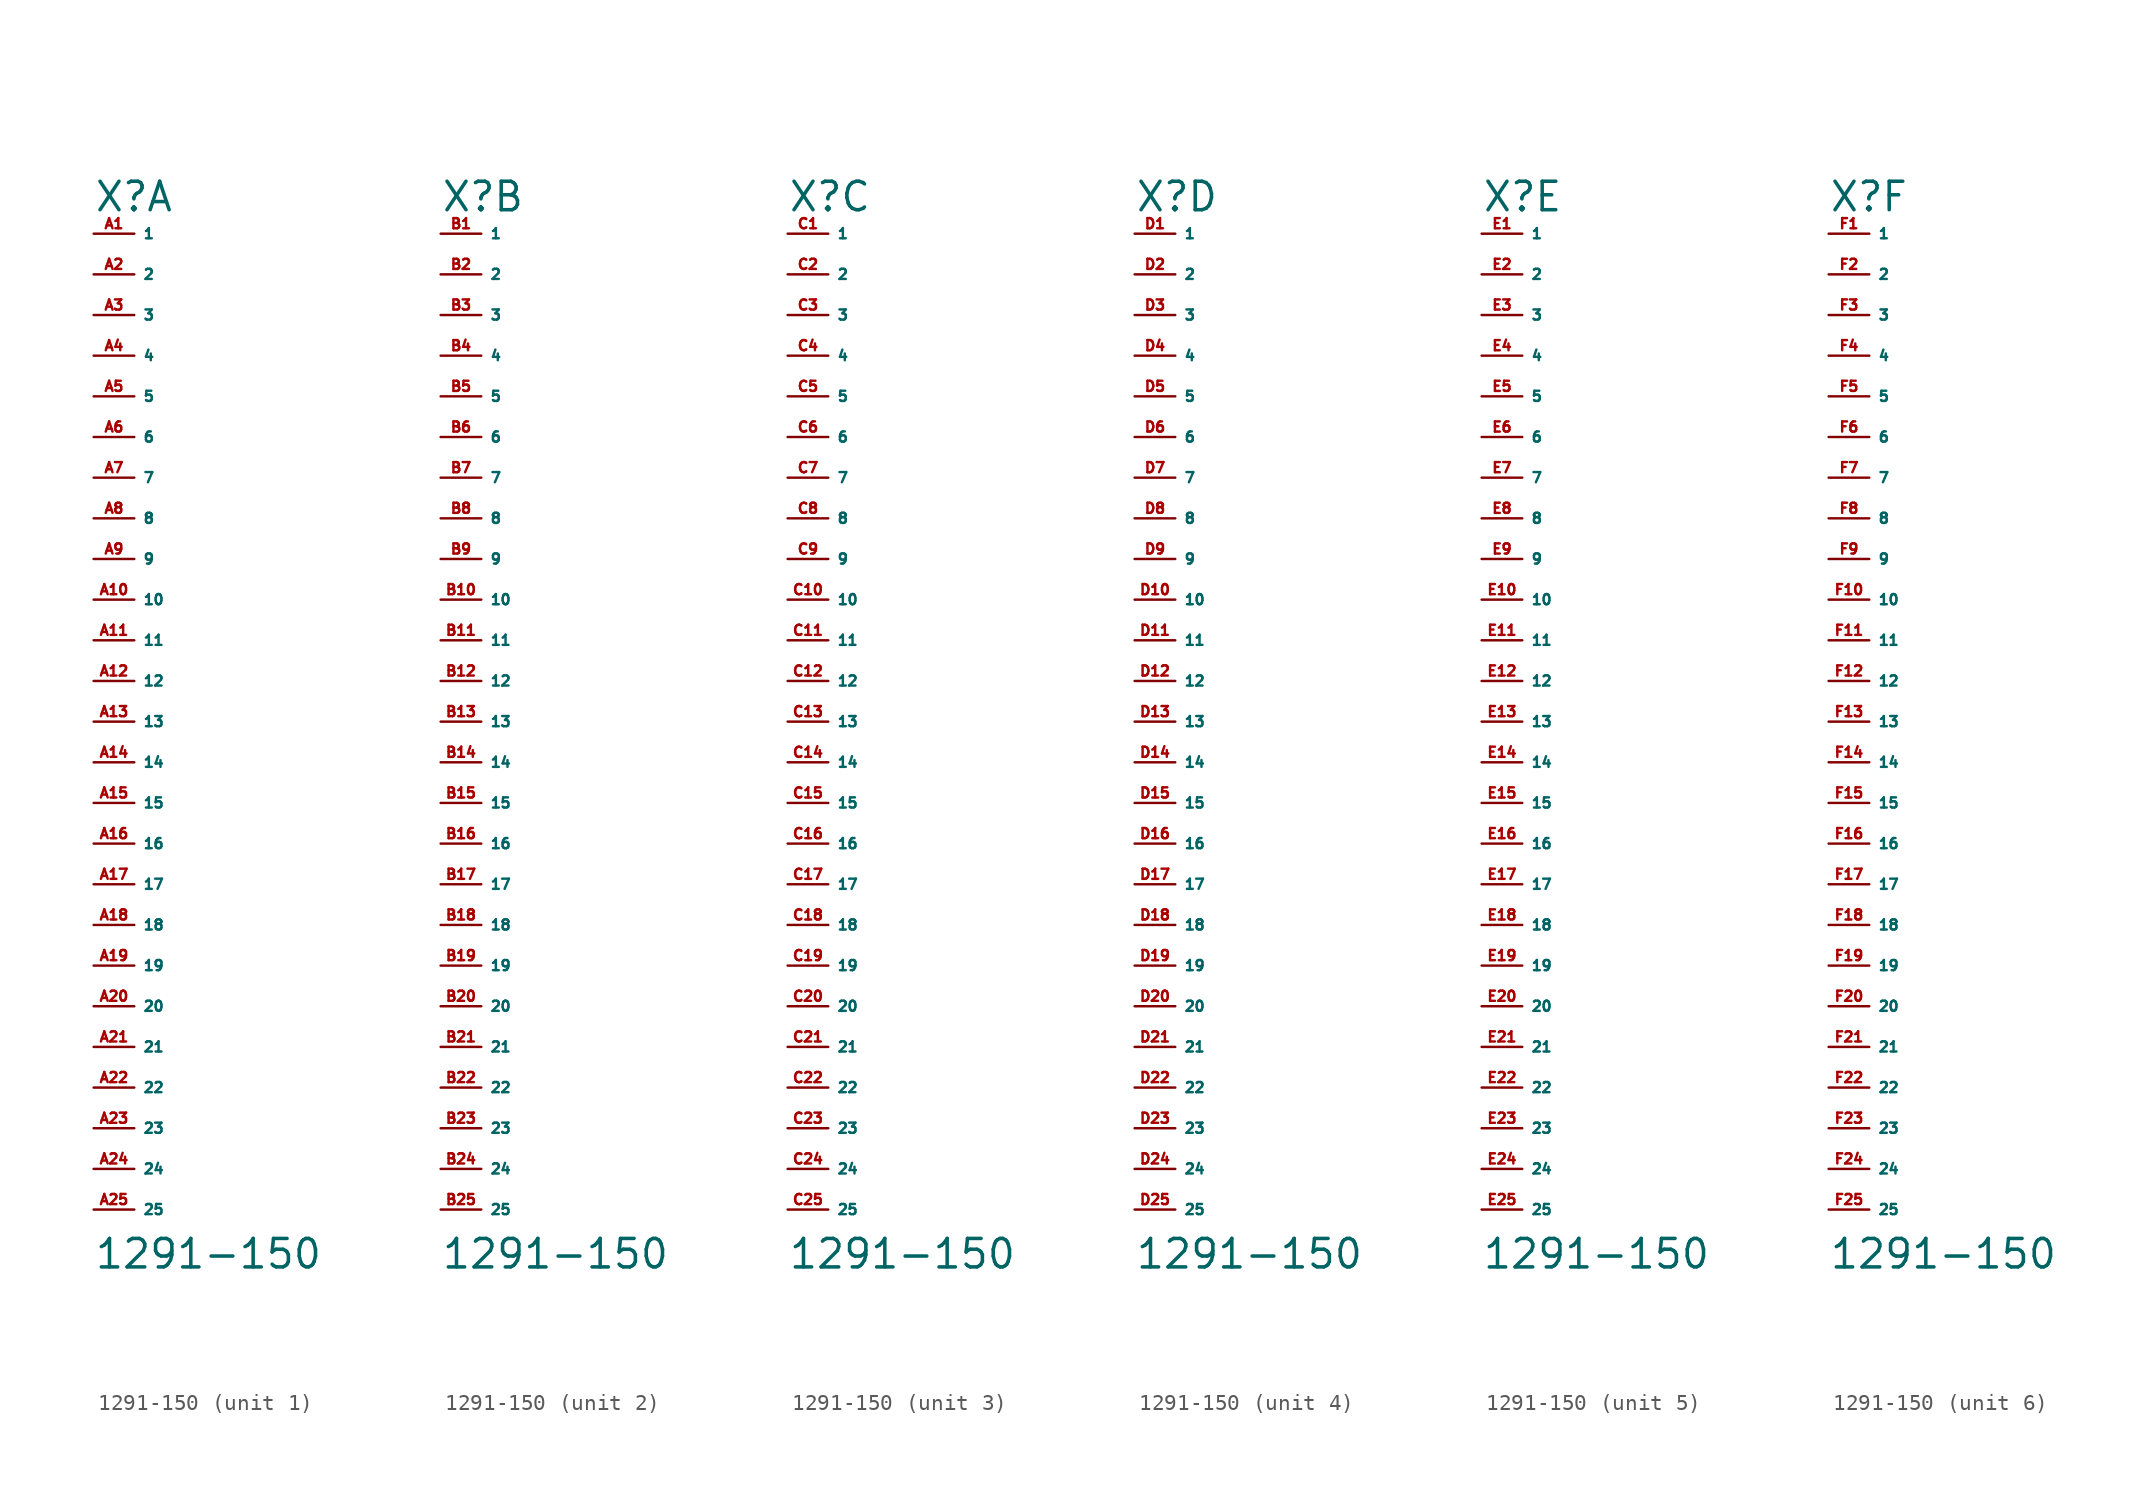
<source format=kicad_sym>
(kicad_symbol_lib
  (version 20220914)
  (generator Eagle2Kicad)
  (symbol "1291-150"
    (property "Reference" "X"
      (at -2.54 29.21 0)
      (effects (font (size 1.778 1.778) (thickness 0.22)) (justify left bottom)))
    (property "Value" "1291-150"
      (at -2.54 -36.83 0)
      (effects (font (size 1.778 1.778) (thickness 0.22)) (justify left bottom)))
    (symbol "1291-150_1_0"
      (pin passive line (at -2.54 27.94 0) (length 2.54) (name "1" (effects (font (size 0.635 0.635) (thickness 0.08)) (justify left bottom))) (number "A1" (effects (font (size 0.635 0.635) (thickness 0.08)) (justify left bottom))))
      (pin passive line (at -2.54 25.4 0) (length 2.54) (name "2" (effects (font (size 0.635 0.635) (thickness 0.08)) (justify left bottom))) (number "A2" (effects (font (size 0.635 0.635) (thickness 0.08)) (justify left bottom))))
      (pin passive line (at -2.54 22.86 0) (length 2.54) (name "3" (effects (font (size 0.635 0.635) (thickness 0.08)) (justify left bottom))) (number "A3" (effects (font (size 0.635 0.635) (thickness 0.08)) (justify left bottom))))
      (pin passive line (at -2.54 20.32 0) (length 2.54) (name "4" (effects (font (size 0.635 0.635) (thickness 0.08)) (justify left bottom))) (number "A4" (effects (font (size 0.635 0.635) (thickness 0.08)) (justify left bottom))))
      (pin passive line (at -2.54 17.78 0) (length 2.54) (name "5" (effects (font (size 0.635 0.635) (thickness 0.08)) (justify left bottom))) (number "A5" (effects (font (size 0.635 0.635) (thickness 0.08)) (justify left bottom))))
      (pin passive line (at -2.54 15.24 0) (length 2.54) (name "6" (effects (font (size 0.635 0.635) (thickness 0.08)) (justify left bottom))) (number "A6" (effects (font (size 0.635 0.635) (thickness 0.08)) (justify left bottom))))
      (pin passive line (at -2.54 12.7 0) (length 2.54) (name "7" (effects (font (size 0.635 0.635) (thickness 0.08)) (justify left bottom))) (number "A7" (effects (font (size 0.635 0.635) (thickness 0.08)) (justify left bottom))))
      (pin passive line (at -2.54 10.16 0) (length 2.54) (name "8" (effects (font (size 0.635 0.635) (thickness 0.08)) (justify left bottom))) (number "A8" (effects (font (size 0.635 0.635) (thickness 0.08)) (justify left bottom))))
      (pin passive line (at -2.54 7.62 0) (length 2.54) (name "9" (effects (font (size 0.635 0.635) (thickness 0.08)) (justify left bottom))) (number "A9" (effects (font (size 0.635 0.635) (thickness 0.08)) (justify left bottom))))
      (pin passive line (at -2.54 5.08 0) (length 2.54) (name "10" (effects (font (size 0.635 0.635) (thickness 0.08)) (justify left bottom))) (number "A10" (effects (font (size 0.635 0.635) (thickness 0.08)) (justify left bottom))))
      (pin passive line (at -2.54 2.54 0) (length 2.54) (name "11" (effects (font (size 0.635 0.635) (thickness 0.08)) (justify left bottom))) (number "A11" (effects (font (size 0.635 0.635) (thickness 0.08)) (justify left bottom))))
      (pin passive line (at -2.54 0 0) (length 2.54) (name "12" (effects (font (size 0.635 0.635) (thickness 0.08)) (justify left bottom))) (number "A12" (effects (font (size 0.635 0.635) (thickness 0.08)) (justify left bottom))))
      (pin passive line (at -2.54 -2.54 0) (length 2.54) (name "13" (effects (font (size 0.635 0.635) (thickness 0.08)) (justify left bottom))) (number "A13" (effects (font (size 0.635 0.635) (thickness 0.08)) (justify left bottom))))
      (pin passive line (at -2.54 -5.08 0) (length 2.54) (name "14" (effects (font (size 0.635 0.635) (thickness 0.08)) (justify left bottom))) (number "A14" (effects (font (size 0.635 0.635) (thickness 0.08)) (justify left bottom))))
      (pin passive line (at -2.54 -7.62 0) (length 2.54) (name "15" (effects (font (size 0.635 0.635) (thickness 0.08)) (justify left bottom))) (number "A15" (effects (font (size 0.635 0.635) (thickness 0.08)) (justify left bottom))))
      (pin passive line (at -2.54 -10.16 0) (length 2.54) (name "16" (effects (font (size 0.635 0.635) (thickness 0.08)) (justify left bottom))) (number "A16" (effects (font (size 0.635 0.635) (thickness 0.08)) (justify left bottom))))
      (pin passive line (at -2.54 -12.7 0) (length 2.54) (name "17" (effects (font (size 0.635 0.635) (thickness 0.08)) (justify left bottom))) (number "A17" (effects (font (size 0.635 0.635) (thickness 0.08)) (justify left bottom))))
      (pin passive line (at -2.54 -15.24 0) (length 2.54) (name "18" (effects (font (size 0.635 0.635) (thickness 0.08)) (justify left bottom))) (number "A18" (effects (font (size 0.635 0.635) (thickness 0.08)) (justify left bottom))))
      (pin passive line (at -2.54 -17.78 0) (length 2.54) (name "19" (effects (font (size 0.635 0.635) (thickness 0.08)) (justify left bottom))) (number "A19" (effects (font (size 0.635 0.635) (thickness 0.08)) (justify left bottom))))
      (pin passive line (at -2.54 -20.32 0) (length 2.54) (name "20" (effects (font (size 0.635 0.635) (thickness 0.08)) (justify left bottom))) (number "A20" (effects (font (size 0.635 0.635) (thickness 0.08)) (justify left bottom))))
      (pin passive line (at -2.54 -22.86 0) (length 2.54) (name "21" (effects (font (size 0.635 0.635) (thickness 0.08)) (justify left bottom))) (number "A21" (effects (font (size 0.635 0.635) (thickness 0.08)) (justify left bottom))))
      (pin passive line (at -2.54 -25.4 0) (length 2.54) (name "22" (effects (font (size 0.635 0.635) (thickness 0.08)) (justify left bottom))) (number "A22" (effects (font (size 0.635 0.635) (thickness 0.08)) (justify left bottom))))
      (pin passive line (at -2.54 -27.94 0) (length 2.54) (name "23" (effects (font (size 0.635 0.635) (thickness 0.08)) (justify left bottom))) (number "A23" (effects (font (size 0.635 0.635) (thickness 0.08)) (justify left bottom))))
      (pin passive line (at -2.54 -30.48 0) (length 2.54) (name "24" (effects (font (size 0.635 0.635) (thickness 0.08)) (justify left bottom))) (number "A24" (effects (font (size 0.635 0.635) (thickness 0.08)) (justify left bottom))))
      (pin passive line (at -2.54 -33.02 0) (length 2.54) (name "25" (effects (font (size 0.635 0.635) (thickness 0.08)) (justify left bottom))) (number "A25" (effects (font (size 0.635 0.635) (thickness 0.08)) (justify left bottom)))))
    (symbol "1291-150_2_0"
      (pin passive line (at -2.54 27.94 0) (length 2.54) (name "1" (effects (font (size 0.635 0.635) (thickness 0.08)) (justify left bottom))) (number "B1" (effects (font (size 0.635 0.635) (thickness 0.08)) (justify left bottom))))
      (pin passive line (at -2.54 25.4 0) (length 2.54) (name "2" (effects (font (size 0.635 0.635) (thickness 0.08)) (justify left bottom))) (number "B2" (effects (font (size 0.635 0.635) (thickness 0.08)) (justify left bottom))))
      (pin passive line (at -2.54 22.86 0) (length 2.54) (name "3" (effects (font (size 0.635 0.635) (thickness 0.08)) (justify left bottom))) (number "B3" (effects (font (size 0.635 0.635) (thickness 0.08)) (justify left bottom))))
      (pin passive line (at -2.54 20.32 0) (length 2.54) (name "4" (effects (font (size 0.635 0.635) (thickness 0.08)) (justify left bottom))) (number "B4" (effects (font (size 0.635 0.635) (thickness 0.08)) (justify left bottom))))
      (pin passive line (at -2.54 17.78 0) (length 2.54) (name "5" (effects (font (size 0.635 0.635) (thickness 0.08)) (justify left bottom))) (number "B5" (effects (font (size 0.635 0.635) (thickness 0.08)) (justify left bottom))))
      (pin passive line (at -2.54 15.24 0) (length 2.54) (name "6" (effects (font (size 0.635 0.635) (thickness 0.08)) (justify left bottom))) (number "B6" (effects (font (size 0.635 0.635) (thickness 0.08)) (justify left bottom))))
      (pin passive line (at -2.54 12.7 0) (length 2.54) (name "7" (effects (font (size 0.635 0.635) (thickness 0.08)) (justify left bottom))) (number "B7" (effects (font (size 0.635 0.635) (thickness 0.08)) (justify left bottom))))
      (pin passive line (at -2.54 10.16 0) (length 2.54) (name "8" (effects (font (size 0.635 0.635) (thickness 0.08)) (justify left bottom))) (number "B8" (effects (font (size 0.635 0.635) (thickness 0.08)) (justify left bottom))))
      (pin passive line (at -2.54 7.62 0) (length 2.54) (name "9" (effects (font (size 0.635 0.635) (thickness 0.08)) (justify left bottom))) (number "B9" (effects (font (size 0.635 0.635) (thickness 0.08)) (justify left bottom))))
      (pin passive line (at -2.54 5.08 0) (length 2.54) (name "10" (effects (font (size 0.635 0.635) (thickness 0.08)) (justify left bottom))) (number "B10" (effects (font (size 0.635 0.635) (thickness 0.08)) (justify left bottom))))
      (pin passive line (at -2.54 2.54 0) (length 2.54) (name "11" (effects (font (size 0.635 0.635) (thickness 0.08)) (justify left bottom))) (number "B11" (effects (font (size 0.635 0.635) (thickness 0.08)) (justify left bottom))))
      (pin passive line (at -2.54 0 0) (length 2.54) (name "12" (effects (font (size 0.635 0.635) (thickness 0.08)) (justify left bottom))) (number "B12" (effects (font (size 0.635 0.635) (thickness 0.08)) (justify left bottom))))
      (pin passive line (at -2.54 -2.54 0) (length 2.54) (name "13" (effects (font (size 0.635 0.635) (thickness 0.08)) (justify left bottom))) (number "B13" (effects (font (size 0.635 0.635) (thickness 0.08)) (justify left bottom))))
      (pin passive line (at -2.54 -5.08 0) (length 2.54) (name "14" (effects (font (size 0.635 0.635) (thickness 0.08)) (justify left bottom))) (number "B14" (effects (font (size 0.635 0.635) (thickness 0.08)) (justify left bottom))))
      (pin passive line (at -2.54 -7.62 0) (length 2.54) (name "15" (effects (font (size 0.635 0.635) (thickness 0.08)) (justify left bottom))) (number "B15" (effects (font (size 0.635 0.635) (thickness 0.08)) (justify left bottom))))
      (pin passive line (at -2.54 -10.16 0) (length 2.54) (name "16" (effects (font (size 0.635 0.635) (thickness 0.08)) (justify left bottom))) (number "B16" (effects (font (size 0.635 0.635) (thickness 0.08)) (justify left bottom))))
      (pin passive line (at -2.54 -12.7 0) (length 2.54) (name "17" (effects (font (size 0.635 0.635) (thickness 0.08)) (justify left bottom))) (number "B17" (effects (font (size 0.635 0.635) (thickness 0.08)) (justify left bottom))))
      (pin passive line (at -2.54 -15.24 0) (length 2.54) (name "18" (effects (font (size 0.635 0.635) (thickness 0.08)) (justify left bottom))) (number "B18" (effects (font (size 0.635 0.635) (thickness 0.08)) (justify left bottom))))
      (pin passive line (at -2.54 -17.78 0) (length 2.54) (name "19" (effects (font (size 0.635 0.635) (thickness 0.08)) (justify left bottom))) (number "B19" (effects (font (size 0.635 0.635) (thickness 0.08)) (justify left bottom))))
      (pin passive line (at -2.54 -20.32 0) (length 2.54) (name "20" (effects (font (size 0.635 0.635) (thickness 0.08)) (justify left bottom))) (number "B20" (effects (font (size 0.635 0.635) (thickness 0.08)) (justify left bottom))))
      (pin passive line (at -2.54 -22.86 0) (length 2.54) (name "21" (effects (font (size 0.635 0.635) (thickness 0.08)) (justify left bottom))) (number "B21" (effects (font (size 0.635 0.635) (thickness 0.08)) (justify left bottom))))
      (pin passive line (at -2.54 -25.4 0) (length 2.54) (name "22" (effects (font (size 0.635 0.635) (thickness 0.08)) (justify left bottom))) (number "B22" (effects (font (size 0.635 0.635) (thickness 0.08)) (justify left bottom))))
      (pin passive line (at -2.54 -27.94 0) (length 2.54) (name "23" (effects (font (size 0.635 0.635) (thickness 0.08)) (justify left bottom))) (number "B23" (effects (font (size 0.635 0.635) (thickness 0.08)) (justify left bottom))))
      (pin passive line (at -2.54 -30.48 0) (length 2.54) (name "24" (effects (font (size 0.635 0.635) (thickness 0.08)) (justify left bottom))) (number "B24" (effects (font (size 0.635 0.635) (thickness 0.08)) (justify left bottom))))
      (pin passive line (at -2.54 -33.02 0) (length 2.54) (name "25" (effects (font (size 0.635 0.635) (thickness 0.08)) (justify left bottom))) (number "B25" (effects (font (size 0.635 0.635) (thickness 0.08)) (justify left bottom)))))
    (symbol "1291-150_3_0"
      (pin passive line (at -2.54 27.94 0) (length 2.54) (name "1" (effects (font (size 0.635 0.635) (thickness 0.08)) (justify left bottom))) (number "C1" (effects (font (size 0.635 0.635) (thickness 0.08)) (justify left bottom))))
      (pin passive line (at -2.54 25.4 0) (length 2.54) (name "2" (effects (font (size 0.635 0.635) (thickness 0.08)) (justify left bottom))) (number "C2" (effects (font (size 0.635 0.635) (thickness 0.08)) (justify left bottom))))
      (pin passive line (at -2.54 22.86 0) (length 2.54) (name "3" (effects (font (size 0.635 0.635) (thickness 0.08)) (justify left bottom))) (number "C3" (effects (font (size 0.635 0.635) (thickness 0.08)) (justify left bottom))))
      (pin passive line (at -2.54 20.32 0) (length 2.54) (name "4" (effects (font (size 0.635 0.635) (thickness 0.08)) (justify left bottom))) (number "C4" (effects (font (size 0.635 0.635) (thickness 0.08)) (justify left bottom))))
      (pin passive line (at -2.54 17.78 0) (length 2.54) (name "5" (effects (font (size 0.635 0.635) (thickness 0.08)) (justify left bottom))) (number "C5" (effects (font (size 0.635 0.635) (thickness 0.08)) (justify left bottom))))
      (pin passive line (at -2.54 15.24 0) (length 2.54) (name "6" (effects (font (size 0.635 0.635) (thickness 0.08)) (justify left bottom))) (number "C6" (effects (font (size 0.635 0.635) (thickness 0.08)) (justify left bottom))))
      (pin passive line (at -2.54 12.7 0) (length 2.54) (name "7" (effects (font (size 0.635 0.635) (thickness 0.08)) (justify left bottom))) (number "C7" (effects (font (size 0.635 0.635) (thickness 0.08)) (justify left bottom))))
      (pin passive line (at -2.54 10.16 0) (length 2.54) (name "8" (effects (font (size 0.635 0.635) (thickness 0.08)) (justify left bottom))) (number "C8" (effects (font (size 0.635 0.635) (thickness 0.08)) (justify left bottom))))
      (pin passive line (at -2.54 7.62 0) (length 2.54) (name "9" (effects (font (size 0.635 0.635) (thickness 0.08)) (justify left bottom))) (number "C9" (effects (font (size 0.635 0.635) (thickness 0.08)) (justify left bottom))))
      (pin passive line (at -2.54 5.08 0) (length 2.54) (name "10" (effects (font (size 0.635 0.635) (thickness 0.08)) (justify left bottom))) (number "C10" (effects (font (size 0.635 0.635) (thickness 0.08)) (justify left bottom))))
      (pin passive line (at -2.54 2.54 0) (length 2.54) (name "11" (effects (font (size 0.635 0.635) (thickness 0.08)) (justify left bottom))) (number "C11" (effects (font (size 0.635 0.635) (thickness 0.08)) (justify left bottom))))
      (pin passive line (at -2.54 0 0) (length 2.54) (name "12" (effects (font (size 0.635 0.635) (thickness 0.08)) (justify left bottom))) (number "C12" (effects (font (size 0.635 0.635) (thickness 0.08)) (justify left bottom))))
      (pin passive line (at -2.54 -2.54 0) (length 2.54) (name "13" (effects (font (size 0.635 0.635) (thickness 0.08)) (justify left bottom))) (number "C13" (effects (font (size 0.635 0.635) (thickness 0.08)) (justify left bottom))))
      (pin passive line (at -2.54 -5.08 0) (length 2.54) (name "14" (effects (font (size 0.635 0.635) (thickness 0.08)) (justify left bottom))) (number "C14" (effects (font (size 0.635 0.635) (thickness 0.08)) (justify left bottom))))
      (pin passive line (at -2.54 -7.62 0) (length 2.54) (name "15" (effects (font (size 0.635 0.635) (thickness 0.08)) (justify left bottom))) (number "C15" (effects (font (size 0.635 0.635) (thickness 0.08)) (justify left bottom))))
      (pin passive line (at -2.54 -10.16 0) (length 2.54) (name "16" (effects (font (size 0.635 0.635) (thickness 0.08)) (justify left bottom))) (number "C16" (effects (font (size 0.635 0.635) (thickness 0.08)) (justify left bottom))))
      (pin passive line (at -2.54 -12.7 0) (length 2.54) (name "17" (effects (font (size 0.635 0.635) (thickness 0.08)) (justify left bottom))) (number "C17" (effects (font (size 0.635 0.635) (thickness 0.08)) (justify left bottom))))
      (pin passive line (at -2.54 -15.24 0) (length 2.54) (name "18" (effects (font (size 0.635 0.635) (thickness 0.08)) (justify left bottom))) (number "C18" (effects (font (size 0.635 0.635) (thickness 0.08)) (justify left bottom))))
      (pin passive line (at -2.54 -17.78 0) (length 2.54) (name "19" (effects (font (size 0.635 0.635) (thickness 0.08)) (justify left bottom))) (number "C19" (effects (font (size 0.635 0.635) (thickness 0.08)) (justify left bottom))))
      (pin passive line (at -2.54 -20.32 0) (length 2.54) (name "20" (effects (font (size 0.635 0.635) (thickness 0.08)) (justify left bottom))) (number "C20" (effects (font (size 0.635 0.635) (thickness 0.08)) (justify left bottom))))
      (pin passive line (at -2.54 -22.86 0) (length 2.54) (name "21" (effects (font (size 0.635 0.635) (thickness 0.08)) (justify left bottom))) (number "C21" (effects (font (size 0.635 0.635) (thickness 0.08)) (justify left bottom))))
      (pin passive line (at -2.54 -25.4 0) (length 2.54) (name "22" (effects (font (size 0.635 0.635) (thickness 0.08)) (justify left bottom))) (number "C22" (effects (font (size 0.635 0.635) (thickness 0.08)) (justify left bottom))))
      (pin passive line (at -2.54 -27.94 0) (length 2.54) (name "23" (effects (font (size 0.635 0.635) (thickness 0.08)) (justify left bottom))) (number "C23" (effects (font (size 0.635 0.635) (thickness 0.08)) (justify left bottom))))
      (pin passive line (at -2.54 -30.48 0) (length 2.54) (name "24" (effects (font (size 0.635 0.635) (thickness 0.08)) (justify left bottom))) (number "C24" (effects (font (size 0.635 0.635) (thickness 0.08)) (justify left bottom))))
      (pin passive line (at -2.54 -33.02 0) (length 2.54) (name "25" (effects (font (size 0.635 0.635) (thickness 0.08)) (justify left bottom))) (number "C25" (effects (font (size 0.635 0.635) (thickness 0.08)) (justify left bottom)))))
    (symbol "1291-150_4_0"
      (pin passive line (at -2.54 27.94 0) (length 2.54) (name "1" (effects (font (size 0.635 0.635) (thickness 0.08)) (justify left bottom))) (number "D1" (effects (font (size 0.635 0.635) (thickness 0.08)) (justify left bottom))))
      (pin passive line (at -2.54 25.4 0) (length 2.54) (name "2" (effects (font (size 0.635 0.635) (thickness 0.08)) (justify left bottom))) (number "D2" (effects (font (size 0.635 0.635) (thickness 0.08)) (justify left bottom))))
      (pin passive line (at -2.54 22.86 0) (length 2.54) (name "3" (effects (font (size 0.635 0.635) (thickness 0.08)) (justify left bottom))) (number "D3" (effects (font (size 0.635 0.635) (thickness 0.08)) (justify left bottom))))
      (pin passive line (at -2.54 20.32 0) (length 2.54) (name "4" (effects (font (size 0.635 0.635) (thickness 0.08)) (justify left bottom))) (number "D4" (effects (font (size 0.635 0.635) (thickness 0.08)) (justify left bottom))))
      (pin passive line (at -2.54 17.78 0) (length 2.54) (name "5" (effects (font (size 0.635 0.635) (thickness 0.08)) (justify left bottom))) (number "D5" (effects (font (size 0.635 0.635) (thickness 0.08)) (justify left bottom))))
      (pin passive line (at -2.54 15.24 0) (length 2.54) (name "6" (effects (font (size 0.635 0.635) (thickness 0.08)) (justify left bottom))) (number "D6" (effects (font (size 0.635 0.635) (thickness 0.08)) (justify left bottom))))
      (pin passive line (at -2.54 12.7 0) (length 2.54) (name "7" (effects (font (size 0.635 0.635) (thickness 0.08)) (justify left bottom))) (number "D7" (effects (font (size 0.635 0.635) (thickness 0.08)) (justify left bottom))))
      (pin passive line (at -2.54 10.16 0) (length 2.54) (name "8" (effects (font (size 0.635 0.635) (thickness 0.08)) (justify left bottom))) (number "D8" (effects (font (size 0.635 0.635) (thickness 0.08)) (justify left bottom))))
      (pin passive line (at -2.54 7.62 0) (length 2.54) (name "9" (effects (font (size 0.635 0.635) (thickness 0.08)) (justify left bottom))) (number "D9" (effects (font (size 0.635 0.635) (thickness 0.08)) (justify left bottom))))
      (pin passive line (at -2.54 5.08 0) (length 2.54) (name "10" (effects (font (size 0.635 0.635) (thickness 0.08)) (justify left bottom))) (number "D10" (effects (font (size 0.635 0.635) (thickness 0.08)) (justify left bottom))))
      (pin passive line (at -2.54 2.54 0) (length 2.54) (name "11" (effects (font (size 0.635 0.635) (thickness 0.08)) (justify left bottom))) (number "D11" (effects (font (size 0.635 0.635) (thickness 0.08)) (justify left bottom))))
      (pin passive line (at -2.54 0 0) (length 2.54) (name "12" (effects (font (size 0.635 0.635) (thickness 0.08)) (justify left bottom))) (number "D12" (effects (font (size 0.635 0.635) (thickness 0.08)) (justify left bottom))))
      (pin passive line (at -2.54 -2.54 0) (length 2.54) (name "13" (effects (font (size 0.635 0.635) (thickness 0.08)) (justify left bottom))) (number "D13" (effects (font (size 0.635 0.635) (thickness 0.08)) (justify left bottom))))
      (pin passive line (at -2.54 -5.08 0) (length 2.54) (name "14" (effects (font (size 0.635 0.635) (thickness 0.08)) (justify left bottom))) (number "D14" (effects (font (size 0.635 0.635) (thickness 0.08)) (justify left bottom))))
      (pin passive line (at -2.54 -7.62 0) (length 2.54) (name "15" (effects (font (size 0.635 0.635) (thickness 0.08)) (justify left bottom))) (number "D15" (effects (font (size 0.635 0.635) (thickness 0.08)) (justify left bottom))))
      (pin passive line (at -2.54 -10.16 0) (length 2.54) (name "16" (effects (font (size 0.635 0.635) (thickness 0.08)) (justify left bottom))) (number "D16" (effects (font (size 0.635 0.635) (thickness 0.08)) (justify left bottom))))
      (pin passive line (at -2.54 -12.7 0) (length 2.54) (name "17" (effects (font (size 0.635 0.635) (thickness 0.08)) (justify left bottom))) (number "D17" (effects (font (size 0.635 0.635) (thickness 0.08)) (justify left bottom))))
      (pin passive line (at -2.54 -15.24 0) (length 2.54) (name "18" (effects (font (size 0.635 0.635) (thickness 0.08)) (justify left bottom))) (number "D18" (effects (font (size 0.635 0.635) (thickness 0.08)) (justify left bottom))))
      (pin passive line (at -2.54 -17.78 0) (length 2.54) (name "19" (effects (font (size 0.635 0.635) (thickness 0.08)) (justify left bottom))) (number "D19" (effects (font (size 0.635 0.635) (thickness 0.08)) (justify left bottom))))
      (pin passive line (at -2.54 -20.32 0) (length 2.54) (name "20" (effects (font (size 0.635 0.635) (thickness 0.08)) (justify left bottom))) (number "D20" (effects (font (size 0.635 0.635) (thickness 0.08)) (justify left bottom))))
      (pin passive line (at -2.54 -22.86 0) (length 2.54) (name "21" (effects (font (size 0.635 0.635) (thickness 0.08)) (justify left bottom))) (number "D21" (effects (font (size 0.635 0.635) (thickness 0.08)) (justify left bottom))))
      (pin passive line (at -2.54 -25.4 0) (length 2.54) (name "22" (effects (font (size 0.635 0.635) (thickness 0.08)) (justify left bottom))) (number "D22" (effects (font (size 0.635 0.635) (thickness 0.08)) (justify left bottom))))
      (pin passive line (at -2.54 -27.94 0) (length 2.54) (name "23" (effects (font (size 0.635 0.635) (thickness 0.08)) (justify left bottom))) (number "D23" (effects (font (size 0.635 0.635) (thickness 0.08)) (justify left bottom))))
      (pin passive line (at -2.54 -30.48 0) (length 2.54) (name "24" (effects (font (size 0.635 0.635) (thickness 0.08)) (justify left bottom))) (number "D24" (effects (font (size 0.635 0.635) (thickness 0.08)) (justify left bottom))))
      (pin passive line (at -2.54 -33.02 0) (length 2.54) (name "25" (effects (font (size 0.635 0.635) (thickness 0.08)) (justify left bottom))) (number "D25" (effects (font (size 0.635 0.635) (thickness 0.08)) (justify left bottom)))))
    (symbol "1291-150_5_0"
      (pin passive line (at -2.54 27.94 0) (length 2.54) (name "1" (effects (font (size 0.635 0.635) (thickness 0.08)) (justify left bottom))) (number "E1" (effects (font (size 0.635 0.635) (thickness 0.08)) (justify left bottom))))
      (pin passive line (at -2.54 25.4 0) (length 2.54) (name "2" (effects (font (size 0.635 0.635) (thickness 0.08)) (justify left bottom))) (number "E2" (effects (font (size 0.635 0.635) (thickness 0.08)) (justify left bottom))))
      (pin passive line (at -2.54 22.86 0) (length 2.54) (name "3" (effects (font (size 0.635 0.635) (thickness 0.08)) (justify left bottom))) (number "E3" (effects (font (size 0.635 0.635) (thickness 0.08)) (justify left bottom))))
      (pin passive line (at -2.54 20.32 0) (length 2.54) (name "4" (effects (font (size 0.635 0.635) (thickness 0.08)) (justify left bottom))) (number "E4" (effects (font (size 0.635 0.635) (thickness 0.08)) (justify left bottom))))
      (pin passive line (at -2.54 17.78 0) (length 2.54) (name "5" (effects (font (size 0.635 0.635) (thickness 0.08)) (justify left bottom))) (number "E5" (effects (font (size 0.635 0.635) (thickness 0.08)) (justify left bottom))))
      (pin passive line (at -2.54 15.24 0) (length 2.54) (name "6" (effects (font (size 0.635 0.635) (thickness 0.08)) (justify left bottom))) (number "E6" (effects (font (size 0.635 0.635) (thickness 0.08)) (justify left bottom))))
      (pin passive line (at -2.54 12.7 0) (length 2.54) (name "7" (effects (font (size 0.635 0.635) (thickness 0.08)) (justify left bottom))) (number "E7" (effects (font (size 0.635 0.635) (thickness 0.08)) (justify left bottom))))
      (pin passive line (at -2.54 10.16 0) (length 2.54) (name "8" (effects (font (size 0.635 0.635) (thickness 0.08)) (justify left bottom))) (number "E8" (effects (font (size 0.635 0.635) (thickness 0.08)) (justify left bottom))))
      (pin passive line (at -2.54 7.62 0) (length 2.54) (name "9" (effects (font (size 0.635 0.635) (thickness 0.08)) (justify left bottom))) (number "E9" (effects (font (size 0.635 0.635) (thickness 0.08)) (justify left bottom))))
      (pin passive line (at -2.54 5.08 0) (length 2.54) (name "10" (effects (font (size 0.635 0.635) (thickness 0.08)) (justify left bottom))) (number "E10" (effects (font (size 0.635 0.635) (thickness 0.08)) (justify left bottom))))
      (pin passive line (at -2.54 2.54 0) (length 2.54) (name "11" (effects (font (size 0.635 0.635) (thickness 0.08)) (justify left bottom))) (number "E11" (effects (font (size 0.635 0.635) (thickness 0.08)) (justify left bottom))))
      (pin passive line (at -2.54 0 0) (length 2.54) (name "12" (effects (font (size 0.635 0.635) (thickness 0.08)) (justify left bottom))) (number "E12" (effects (font (size 0.635 0.635) (thickness 0.08)) (justify left bottom))))
      (pin passive line (at -2.54 -2.54 0) (length 2.54) (name "13" (effects (font (size 0.635 0.635) (thickness 0.08)) (justify left bottom))) (number "E13" (effects (font (size 0.635 0.635) (thickness 0.08)) (justify left bottom))))
      (pin passive line (at -2.54 -5.08 0) (length 2.54) (name "14" (effects (font (size 0.635 0.635) (thickness 0.08)) (justify left bottom))) (number "E14" (effects (font (size 0.635 0.635) (thickness 0.08)) (justify left bottom))))
      (pin passive line (at -2.54 -7.62 0) (length 2.54) (name "15" (effects (font (size 0.635 0.635) (thickness 0.08)) (justify left bottom))) (number "E15" (effects (font (size 0.635 0.635) (thickness 0.08)) (justify left bottom))))
      (pin passive line (at -2.54 -10.16 0) (length 2.54) (name "16" (effects (font (size 0.635 0.635) (thickness 0.08)) (justify left bottom))) (number "E16" (effects (font (size 0.635 0.635) (thickness 0.08)) (justify left bottom))))
      (pin passive line (at -2.54 -12.7 0) (length 2.54) (name "17" (effects (font (size 0.635 0.635) (thickness 0.08)) (justify left bottom))) (number "E17" (effects (font (size 0.635 0.635) (thickness 0.08)) (justify left bottom))))
      (pin passive line (at -2.54 -15.24 0) (length 2.54) (name "18" (effects (font (size 0.635 0.635) (thickness 0.08)) (justify left bottom))) (number "E18" (effects (font (size 0.635 0.635) (thickness 0.08)) (justify left bottom))))
      (pin passive line (at -2.54 -17.78 0) (length 2.54) (name "19" (effects (font (size 0.635 0.635) (thickness 0.08)) (justify left bottom))) (number "E19" (effects (font (size 0.635 0.635) (thickness 0.08)) (justify left bottom))))
      (pin passive line (at -2.54 -20.32 0) (length 2.54) (name "20" (effects (font (size 0.635 0.635) (thickness 0.08)) (justify left bottom))) (number "E20" (effects (font (size 0.635 0.635) (thickness 0.08)) (justify left bottom))))
      (pin passive line (at -2.54 -22.86 0) (length 2.54) (name "21" (effects (font (size 0.635 0.635) (thickness 0.08)) (justify left bottom))) (number "E21" (effects (font (size 0.635 0.635) (thickness 0.08)) (justify left bottom))))
      (pin passive line (at -2.54 -25.4 0) (length 2.54) (name "22" (effects (font (size 0.635 0.635) (thickness 0.08)) (justify left bottom))) (number "E22" (effects (font (size 0.635 0.635) (thickness 0.08)) (justify left bottom))))
      (pin passive line (at -2.54 -27.94 0) (length 2.54) (name "23" (effects (font (size 0.635 0.635) (thickness 0.08)) (justify left bottom))) (number "E23" (effects (font (size 0.635 0.635) (thickness 0.08)) (justify left bottom))))
      (pin passive line (at -2.54 -30.48 0) (length 2.54) (name "24" (effects (font (size 0.635 0.635) (thickness 0.08)) (justify left bottom))) (number "E24" (effects (font (size 0.635 0.635) (thickness 0.08)) (justify left bottom))))
      (pin passive line (at -2.54 -33.02 0) (length 2.54) (name "25" (effects (font (size 0.635 0.635) (thickness 0.08)) (justify left bottom))) (number "E25" (effects (font (size 0.635 0.635) (thickness 0.08)) (justify left bottom)))))
    (symbol "1291-150_6_0"
      (pin passive line (at -2.54 27.94 0) (length 2.54) (name "1" (effects (font (size 0.635 0.635) (thickness 0.08)) (justify left bottom))) (number "F1" (effects (font (size 0.635 0.635) (thickness 0.08)) (justify left bottom))))
      (pin passive line (at -2.54 25.4 0) (length 2.54) (name "2" (effects (font (size 0.635 0.635) (thickness 0.08)) (justify left bottom))) (number "F2" (effects (font (size 0.635 0.635) (thickness 0.08)) (justify left bottom))))
      (pin passive line (at -2.54 22.86 0) (length 2.54) (name "3" (effects (font (size 0.635 0.635) (thickness 0.08)) (justify left bottom))) (number "F3" (effects (font (size 0.635 0.635) (thickness 0.08)) (justify left bottom))))
      (pin passive line (at -2.54 20.32 0) (length 2.54) (name "4" (effects (font (size 0.635 0.635) (thickness 0.08)) (justify left bottom))) (number "F4" (effects (font (size 0.635 0.635) (thickness 0.08)) (justify left bottom))))
      (pin passive line (at -2.54 17.78 0) (length 2.54) (name "5" (effects (font (size 0.635 0.635) (thickness 0.08)) (justify left bottom))) (number "F5" (effects (font (size 0.635 0.635) (thickness 0.08)) (justify left bottom))))
      (pin passive line (at -2.54 15.24 0) (length 2.54) (name "6" (effects (font (size 0.635 0.635) (thickness 0.08)) (justify left bottom))) (number "F6" (effects (font (size 0.635 0.635) (thickness 0.08)) (justify left bottom))))
      (pin passive line (at -2.54 12.7 0) (length 2.54) (name "7" (effects (font (size 0.635 0.635) (thickness 0.08)) (justify left bottom))) (number "F7" (effects (font (size 0.635 0.635) (thickness 0.08)) (justify left bottom))))
      (pin passive line (at -2.54 10.16 0) (length 2.54) (name "8" (effects (font (size 0.635 0.635) (thickness 0.08)) (justify left bottom))) (number "F8" (effects (font (size 0.635 0.635) (thickness 0.08)) (justify left bottom))))
      (pin passive line (at -2.54 7.62 0) (length 2.54) (name "9" (effects (font (size 0.635 0.635) (thickness 0.08)) (justify left bottom))) (number "F9" (effects (font (size 0.635 0.635) (thickness 0.08)) (justify left bottom))))
      (pin passive line (at -2.54 5.08 0) (length 2.54) (name "10" (effects (font (size 0.635 0.635) (thickness 0.08)) (justify left bottom))) (number "F10" (effects (font (size 0.635 0.635) (thickness 0.08)) (justify left bottom))))
      (pin passive line (at -2.54 2.54 0) (length 2.54) (name "11" (effects (font (size 0.635 0.635) (thickness 0.08)) (justify left bottom))) (number "F11" (effects (font (size 0.635 0.635) (thickness 0.08)) (justify left bottom))))
      (pin passive line (at -2.54 0 0) (length 2.54) (name "12" (effects (font (size 0.635 0.635) (thickness 0.08)) (justify left bottom))) (number "F12" (effects (font (size 0.635 0.635) (thickness 0.08)) (justify left bottom))))
      (pin passive line (at -2.54 -2.54 0) (length 2.54) (name "13" (effects (font (size 0.635 0.635) (thickness 0.08)) (justify left bottom))) (number "F13" (effects (font (size 0.635 0.635) (thickness 0.08)) (justify left bottom))))
      (pin passive line (at -2.54 -5.08 0) (length 2.54) (name "14" (effects (font (size 0.635 0.635) (thickness 0.08)) (justify left bottom))) (number "F14" (effects (font (size 0.635 0.635) (thickness 0.08)) (justify left bottom))))
      (pin passive line (at -2.54 -7.62 0) (length 2.54) (name "15" (effects (font (size 0.635 0.635) (thickness 0.08)) (justify left bottom))) (number "F15" (effects (font (size 0.635 0.635) (thickness 0.08)) (justify left bottom))))
      (pin passive line (at -2.54 -10.16 0) (length 2.54) (name "16" (effects (font (size 0.635 0.635) (thickness 0.08)) (justify left bottom))) (number "F16" (effects (font (size 0.635 0.635) (thickness 0.08)) (justify left bottom))))
      (pin passive line (at -2.54 -12.7 0) (length 2.54) (name "17" (effects (font (size 0.635 0.635) (thickness 0.08)) (justify left bottom))) (number "F17" (effects (font (size 0.635 0.635) (thickness 0.08)) (justify left bottom))))
      (pin passive line (at -2.54 -15.24 0) (length 2.54) (name "18" (effects (font (size 0.635 0.635) (thickness 0.08)) (justify left bottom))) (number "F18" (effects (font (size 0.635 0.635) (thickness 0.08)) (justify left bottom))))
      (pin passive line (at -2.54 -17.78 0) (length 2.54) (name "19" (effects (font (size 0.635 0.635) (thickness 0.08)) (justify left bottom))) (number "F19" (effects (font (size 0.635 0.635) (thickness 0.08)) (justify left bottom))))
      (pin passive line (at -2.54 -20.32 0) (length 2.54) (name "20" (effects (font (size 0.635 0.635) (thickness 0.08)) (justify left bottom))) (number "F20" (effects (font (size 0.635 0.635) (thickness 0.08)) (justify left bottom))))
      (pin passive line (at -2.54 -22.86 0) (length 2.54) (name "21" (effects (font (size 0.635 0.635) (thickness 0.08)) (justify left bottom))) (number "F21" (effects (font (size 0.635 0.635) (thickness 0.08)) (justify left bottom))))
      (pin passive line (at -2.54 -25.4 0) (length 2.54) (name "22" (effects (font (size 0.635 0.635) (thickness 0.08)) (justify left bottom))) (number "F22" (effects (font (size 0.635 0.635) (thickness 0.08)) (justify left bottom))))
      (pin passive line (at -2.54 -27.94 0) (length 2.54) (name "23" (effects (font (size 0.635 0.635) (thickness 0.08)) (justify left bottom))) (number "F23" (effects (font (size 0.635 0.635) (thickness 0.08)) (justify left bottom))))
      (pin passive line (at -2.54 -30.48 0) (length 2.54) (name "24" (effects (font (size 0.635 0.635) (thickness 0.08)) (justify left bottom))) (number "F24" (effects (font (size 0.635 0.635) (thickness 0.08)) (justify left bottom))))
      (pin passive line (at -2.54 -33.02 0) (length 2.54) (name "25" (effects (font (size 0.635 0.635) (thickness 0.08)) (justify left bottom))) (number "F25" (effects (font (size 0.635 0.635) (thickness 0.08)) (justify left bottom)))))))
</source>
